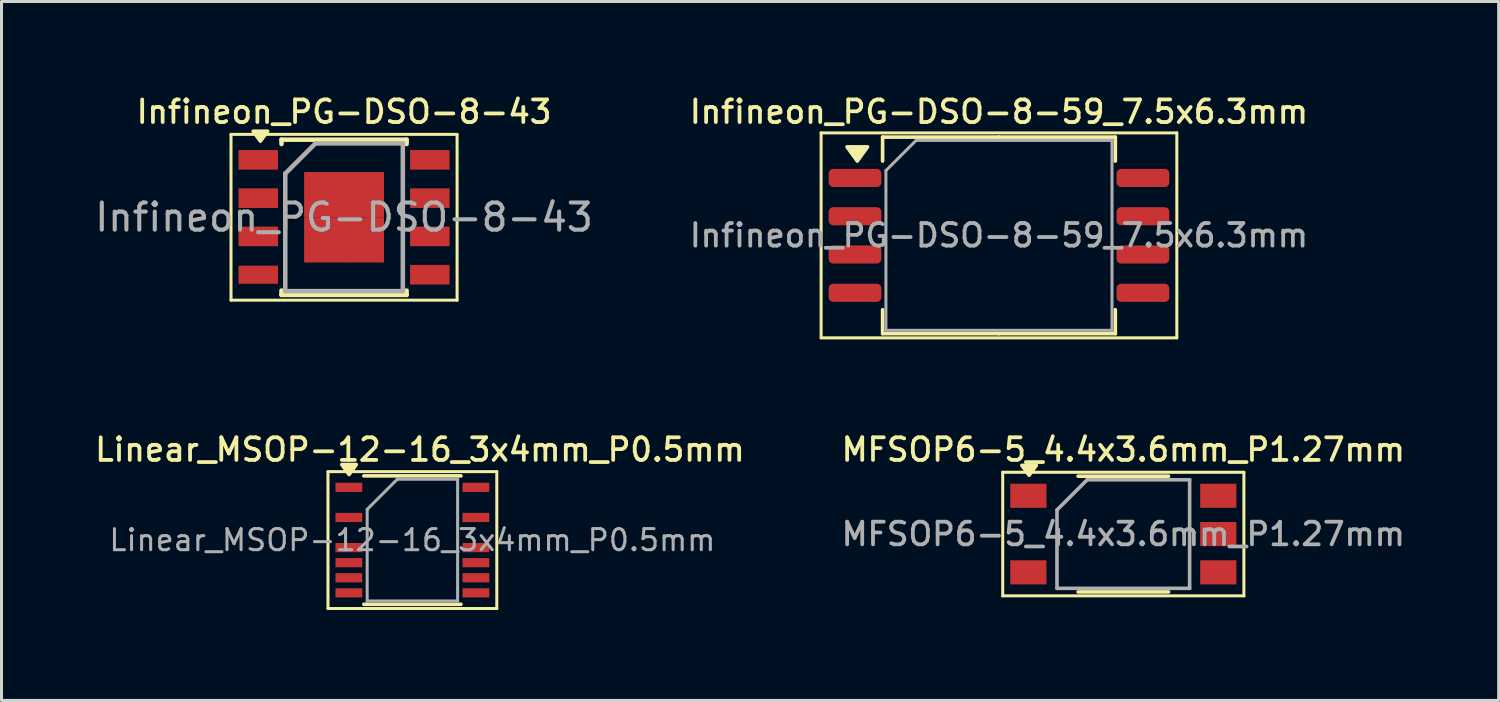
<source format=kicad_pcb>
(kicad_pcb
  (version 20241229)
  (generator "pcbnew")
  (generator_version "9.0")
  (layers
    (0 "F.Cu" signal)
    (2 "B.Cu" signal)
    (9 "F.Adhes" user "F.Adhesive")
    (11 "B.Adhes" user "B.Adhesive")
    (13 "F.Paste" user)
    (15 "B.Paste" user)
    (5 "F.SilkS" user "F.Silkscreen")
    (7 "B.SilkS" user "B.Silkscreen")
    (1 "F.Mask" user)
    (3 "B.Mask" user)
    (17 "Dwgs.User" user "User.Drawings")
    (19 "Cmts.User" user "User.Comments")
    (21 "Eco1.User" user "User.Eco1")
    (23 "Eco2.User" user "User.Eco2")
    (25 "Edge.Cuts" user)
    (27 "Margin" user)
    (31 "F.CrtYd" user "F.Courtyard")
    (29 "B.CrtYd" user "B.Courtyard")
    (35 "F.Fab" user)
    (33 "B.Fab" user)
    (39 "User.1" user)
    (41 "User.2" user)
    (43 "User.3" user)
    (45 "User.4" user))
  (footprint "Infineon_PG-DSO-8-43"
    (layer "F.Cu")
    (at 8.363 4.158)
    (property "Reference" "Infineon_PG-DSO-8-43" (at 0 -3.5 0) (layer "F.SilkS") (effects (font (size 0.75 0.75) (thickness 0.125))))
    (attr smd)
    (fp_line (start -3.75 -2.75) (end -3.75 2.75) (stroke (width 0.1) (type solid)) (layer "F.SilkS"))
    (fp_line (start -3.75 -2.75) (end 3.75 -2.75) (stroke (width 0.1) (type solid)) (layer "F.SilkS"))
    (fp_line (start -3.75 2.75) (end 3.75 2.75) (stroke (width 0.1) (type solid)) (layer "F.SilkS"))
    (fp_line (start -2.075 -2.575) (end 2.075 -2.575) (stroke (width 0.15) (type solid)) (layer "F.SilkS"))
    (fp_line (start -2.075 -2.43) (end -2.075 -2.575) (stroke (width 0.15) (type solid)) (layer "F.SilkS"))
    (fp_line (start -2.075 2.575) (end -2.075 2.43) (stroke (width 0.15) (type solid)) (layer "F.SilkS"))
    (fp_line (start -2.075 2.575) (end 2.075 2.575) (stroke (width 0.15) (type solid)) (layer "F.SilkS"))
    (fp_line (start 2.075 -2.575) (end 2.075 -2.43) (stroke (width 0.15) (type solid)) (layer "F.SilkS"))
    (fp_line (start 2.075 2.575) (end 2.075 2.43) (stroke (width 0.15) (type solid)) (layer "F.SilkS"))
    (fp_line (start 3.75 -2.75) (end 3.75 2.75) (stroke (width 0.1) (type solid)) (layer "F.SilkS"))
    (fp_poly (pts (xy -2.775 -2.525) (xy -3.015 -2.855) (xy -2.535 -2.855) (xy -2.775 -2.525)) (stroke (width 0.12) (type solid)) (fill yes) (layer "F.SilkS"))
    (fp_line (start -1.95 -1.45) (end -0.95 -2.45) (stroke (width 0.15) (type solid)) (layer "F.Fab"))
    (fp_line (start -1.95 2.45) (end -1.95 -1.45) (stroke (width 0.15) (type solid)) (layer "F.Fab"))
    (fp_line (start -0.95 -2.45) (end 1.95 -2.45) (stroke (width 0.15) (type solid)) (layer "F.Fab"))
    (fp_line (start 1.95 -2.45) (end 1.95 2.45) (stroke (width 0.15) (type solid)) (layer "F.Fab"))
    (fp_line (start 1.95 2.45) (end -1.95 2.45) (stroke (width 0.15) (type solid)) (layer "F.Fab"))
    (fp_text user "${REFERENCE}" (at 0 0 0) (layer "F.Fab") (effects (font (size 0.9 0.9) (thickness 0.135))))
    (pad "1" smd rect (at -2.845 -1.905) (size 1.31 0.65) (layers "F.Cu" "F.Mask" "F.Paste"))
    (pad "2" smd rect (at -2.845 -0.635) (size 1.31 0.65) (layers "F.Cu" "F.Mask" "F.Paste"))
    (pad "3" smd rect (at -2.845 0.635) (size 1.31 0.65) (layers "F.Cu" "F.Mask" "F.Paste"))
    (pad "4" smd rect (at -2.845 1.905) (size 1.31 0.6) (layers "F.Cu" "F.Mask" "F.Paste"))
    (pad "5" smd rect (at 2.845 1.905) (size 1.31 0.65) (layers "F.Cu" "F.Mask" "F.Paste"))
    (pad "6" smd rect (at 2.845 0.635) (size 1.31 0.65) (layers "F.Cu" "F.Mask" "F.Paste"))
    (pad "7" smd rect (at 2.845 -0.635) (size 1.31 0.65) (layers "F.Cu" "F.Mask" "F.Paste"))
    (pad "8" smd rect (at 2.845 -1.905) (size 1.31 0.65) (layers "F.Cu" "F.Mask" "F.Paste"))
    (pad "9" smd rect (at -0.662 -0.75) (size 1.325 1.5) (layers "F.Cu" "F.Mask" "F.Paste"))
    (pad "9" smd rect (at -0.662 0.75) (size 1.325 1.5) (layers "F.Cu" "F.Mask" "F.Paste"))
    (pad "9" smd rect (at 0.662 -0.75) (size 1.325 1.5) (layers "F.Cu" "F.Mask" "F.Paste"))
    (pad "9" smd rect (at 0.662 0.75) (size 1.325 1.5) (layers "F.Cu" "F.Mask" "F.Paste")))
  (footprint "MFSOP6-5_4.4x3.6mm_P1.27mm"
    (layer "F.Cu")
    (at 34.213 14.666)
    (property "Reference" "MFSOP6-5_4.4x3.6mm_P1.27mm" (at 0 -2.8 0) (layer "F.SilkS") (effects (font (size 0.75 0.75) (thickness 0.125))))
    (attr smd)
    (fp_line (start -4 -2.05) (end -4 2.05) (stroke (width 0.1) (type solid)) (layer "F.SilkS"))
    (fp_line (start -4 -2.05) (end 4 -2.05) (stroke (width 0.1) (type solid)) (layer "F.SilkS"))
    (fp_line (start 1.5 -1.92) (end -1.5 -1.92) (stroke (width 0.12) (type solid)) (layer "F.SilkS"))
    (fp_line (start 1.5 1.92) (end -1.5 1.92) (stroke (width 0.12) (type solid)) (layer "F.SilkS"))
    (fp_line (start 4 2.05) (end -4 2.05) (stroke (width 0.1) (type solid)) (layer "F.SilkS"))
    (fp_line (start 4 2.05) (end 4 -2.05) (stroke (width 0.1) (type solid)) (layer "F.SilkS"))
    (fp_poly (pts (xy -3.125 -1.95) (xy -3.365 -2.28) (xy -2.885 -2.28) (xy -3.125 -1.95)) (stroke (width 0.12) (type solid)) (fill yes) (layer "F.SilkS"))
    (fp_line (start -2.2 -0.8) (end -2.2 1.8) (stroke (width 0.12) (type solid)) (layer "F.Fab"))
    (fp_line (start -2.2 1.8) (end 2.2 1.8) (stroke (width 0.12) (type solid)) (layer "F.Fab"))
    (fp_line (start -1.2 -1.8) (end -2.2 -0.8) (stroke (width 0.12) (type solid)) (layer "F.Fab"))
    (fp_line (start 2.2 -1.8) (end -1.2 -1.8) (stroke (width 0.12) (type solid)) (layer "F.Fab"))
    (fp_line (start 2.2 1.8) (end 2.2 -1.8) (stroke (width 0.12) (type solid)) (layer "F.Fab"))
    (fp_text user "${REFERENCE}" (at 0 0 0) (layer "F.Fab") (effects (font (size 0.75 0.75) (thickness 0.125))))
    (pad "1" smd rect (at -3.15 -1.27) (size 1.2 0.8) (layers "F.Cu" "F.Mask" "F.Paste"))
    (pad "3" smd rect (at -3.15 1.27) (size 1.2 0.8) (layers "F.Cu" "F.Mask" "F.Paste"))
    (pad "4" smd rect (at 3.15 1.27) (size 1.2 0.8) (layers "F.Cu" "F.Mask" "F.Paste"))
    (pad "5" smd rect (at 3.15 0) (size 1.2 0.8) (layers "F.Cu" "F.Mask" "F.Paste"))
    (pad "6" smd rect (at 3.15 -1.27) (size 1.2 0.8) (layers "F.Cu" "F.Mask" "F.Paste")))
  (footprint "Infineon_PG-DSO-8-59_7.5x6.3mm"
    (layer "F.Cu")
    (at 30.088 4.758)
    (property "Reference" "Infineon_PG-DSO-8-59_7.5x6.3mm" (at 0 -4.1 0) (layer "F.SilkS") (effects (font (size 0.75 0.75) (thickness 0.125))))
    (attr smd)
    (fp_line (start -5.9 -3.4) (end -5.9 3.4) (stroke (width 0.1) (type solid)) (layer "F.SilkS"))
    (fp_line (start -5.9 3.4) (end 5.9 3.4) (stroke (width 0.1) (type solid)) (layer "F.SilkS"))
    (fp_line (start -3.86 -3.26) (end -3.86 -2.465) (stroke (width 0.12) (type solid)) (layer "F.SilkS"))
    (fp_line (start -3.86 3.26) (end -3.86 2.465) (stroke (width 0.12) (type solid)) (layer "F.SilkS"))
    (fp_line (start 0 -3.26) (end -3.86 -3.26) (stroke (width 0.12) (type solid)) (layer "F.SilkS"))
    (fp_line (start 0 -3.26) (end 3.86 -3.26) (stroke (width 0.12) (type solid)) (layer "F.SilkS"))
    (fp_line (start 0 3.26) (end -3.86 3.26) (stroke (width 0.12) (type solid)) (layer "F.SilkS"))
    (fp_line (start 0 3.26) (end 3.86 3.26) (stroke (width 0.12) (type solid)) (layer "F.SilkS"))
    (fp_line (start 3.86 -3.26) (end 3.86 -2.465) (stroke (width 0.12) (type solid)) (layer "F.SilkS"))
    (fp_line (start 3.86 3.26) (end 3.86 2.465) (stroke (width 0.12) (type solid)) (layer "F.SilkS"))
    (fp_line (start 5.9 -3.4) (end -5.9 -3.4) (stroke (width 0.1) (type solid)) (layer "F.SilkS"))
    (fp_line (start 5.9 3.4) (end 5.9 -3.4) (stroke (width 0.1) (type solid)) (layer "F.SilkS"))
    (fp_poly (pts (xy -4.7 -2.465) (xy -5.04 -2.935) (xy -4.36 -2.935) (xy -4.7 -2.465)) (stroke (width 0.12) (type solid)) (fill yes) (layer "F.SilkS"))
    (fp_line (start -3.75 -2.15) (end -2.75 -3.15) (stroke (width 0.1) (type solid)) (layer "F.Fab"))
    (fp_line (start -3.75 3.15) (end -3.75 -2.15) (stroke (width 0.1) (type solid)) (layer "F.Fab"))
    (fp_line (start -2.75 -3.15) (end 3.75 -3.15) (stroke (width 0.1) (type solid)) (layer "F.Fab"))
    (fp_line (start 3.75 -3.15) (end 3.75 3.15) (stroke (width 0.1) (type solid)) (layer "F.Fab"))
    (fp_line (start 3.75 3.15) (end -3.75 3.15) (stroke (width 0.1) (type solid)) (layer "F.Fab"))
    (fp_text user "${REFERENCE}" (at 0 0 0) (layer "F.Fab") (effects (font (size 0.75 0.75) (thickness 0.125))))
    (pad "1" smd roundrect (at -4.775 -1.905) (size 1.75 0.6) (layers "F.Cu" "F.Mask" "F.Paste") (roundrect_rratio 0.25))
    (pad "2" smd roundrect (at -4.775 -0.635) (size 1.75 0.6) (layers "F.Cu" "F.Mask" "F.Paste") (roundrect_rratio 0.25))
    (pad "3" smd roundrect (at -4.775 0.635) (size 1.75 0.6) (layers "F.Cu" "F.Mask" "F.Paste") (roundrect_rratio 0.25))
    (pad "4" smd roundrect (at -4.775 1.905) (size 1.75 0.6) (layers "F.Cu" "F.Mask" "F.Paste") (roundrect_rratio 0.25))
    (pad "5" smd roundrect (at 4.775 1.905) (size 1.75 0.6) (layers "F.Cu" "F.Mask" "F.Paste") (roundrect_rratio 0.25))
    (pad "6" smd roundrect (at 4.775 0.635) (size 1.75 0.6) (layers "F.Cu" "F.Mask" "F.Paste") (roundrect_rratio 0.25))
    (pad "7" smd roundrect (at 4.775 -0.635) (size 1.75 0.6) (layers "F.Cu" "F.Mask" "F.Paste") (roundrect_rratio 0.25))
    (pad "8" smd roundrect (at 4.775 -1.905) (size 1.75 0.6) (layers "F.Cu" "F.Mask" "F.Paste") (roundrect_rratio 0.25)))
  (footprint "Linear_MSOP-12-16_3x4mm_P0.5mm"
    (layer "F.Cu")
    (at 10.63 14.866)
    (property "Reference" "Linear_MSOP-12-16_3x4mm_P0.5mm" (at 0.25 -3 0) (layer "F.SilkS") (effects (font (size 0.75 0.75) (thickness 0.125))))
    (attr smd)
    (fp_line (start -2.8 -2.27) (end -2.8 2.27) (stroke (width 0.1) (type solid)) (layer "F.SilkS"))
    (fp_line (start -2.8 -2.27) (end 2.8 -2.27) (stroke (width 0.1) (type solid)) (layer "F.SilkS"))
    (fp_line (start -2.8 2.27) (end 2.8 2.27) (stroke (width 0.1) (type solid)) (layer "F.SilkS"))
    (fp_line (start -1.61 -2.13) (end 1.61 -2.13) (stroke (width 0.12) (type solid)) (layer "F.SilkS"))
    (fp_line (start -1.61 2.13) (end 1.61 2.13) (stroke (width 0.12) (type solid)) (layer "F.SilkS"))
    (fp_line (start 2.8 -2.27) (end 2.8 2.27) (stroke (width 0.1) (type solid)) (layer "F.SilkS"))
    (fp_poly (pts (xy -2.1 -2.175) (xy -2.34 -2.505) (xy -1.86 -2.505) (xy -2.1 -2.175)) (stroke (width 0.12) (type solid)) (fill yes) (layer "F.SilkS"))
    (fp_line (start -1.5 -1.02) (end -0.5 -2.019) (stroke (width 0.1) (type solid)) (layer "F.Fab"))
    (fp_line (start -1.5 2.019) (end -1.5 -1.02) (stroke (width 0.1) (type solid)) (layer "F.Fab"))
    (fp_line (start -0.5 -2.019) (end 1.5 -2.019) (stroke (width 0.1) (type solid)) (layer "F.Fab"))
    (fp_line (start 1.5 -2.019) (end 1.5 2.019) (stroke (width 0.1) (type solid)) (layer "F.Fab"))
    (fp_line (start 1.5 2.019) (end -1.5 2.019) (stroke (width 0.1) (type solid)) (layer "F.Fab"))
    (fp_text user "${REFERENCE}" (at 0 0 0) (layer "F.Fab") (effects (font (size 0.7 0.7) (thickness 0.1))))
    (pad "1" smd rect (at -2.107 -1.75) (size 0.889 0.305) (layers "F.Cu" "F.Mask" "F.Paste"))
    (pad "3" smd rect (at -2.107 -0.75) (size 0.889 0.305) (layers "F.Cu" "F.Mask" "F.Paste"))
    (pad "5" smd rect (at -2.107 0.25) (size 0.889 0.305) (layers "F.Cu" "F.Mask" "F.Paste"))
    (pad "6" smd rect (at -2.107 0.75) (size 0.889 0.305) (layers "F.Cu" "F.Mask" "F.Paste"))
    (pad "7" smd rect (at -2.107 1.25) (size 0.889 0.305) (layers "F.Cu" "F.Mask" "F.Paste"))
    (pad "8" smd rect (at -2.107 1.75) (size 0.889 0.305) (layers "F.Cu" "F.Mask" "F.Paste"))
    (pad "9" smd rect (at 2.107 1.75) (size 0.889 0.305) (layers "F.Cu" "F.Mask" "F.Paste"))
    (pad "10" smd rect (at 2.107 1.25) (size 0.889 0.305) (layers "F.Cu" "F.Mask" "F.Paste"))
    (pad "11" smd rect (at 2.107 0.75) (size 0.889 0.305) (layers "F.Cu" "F.Mask" "F.Paste"))
    (pad "12" smd rect (at 2.107 0.25) (size 0.889 0.305) (layers "F.Cu" "F.Mask" "F.Paste"))
    (pad "14" smd rect (at 2.107 -0.75) (size 0.889 0.305) (layers "F.Cu" "F.Mask" "F.Paste"))
    (pad "16" smd rect (at 2.107 -1.75) (size 0.889 0.305) (layers "F.Cu" "F.Mask" "F.Paste")))
  (gr_rect
    (start -3 -3)
    (end 46.664 20.186)
    (stroke (width 0.1) (type default))
    (fill no)
    (layer "Edge.Cuts")))
</source>
